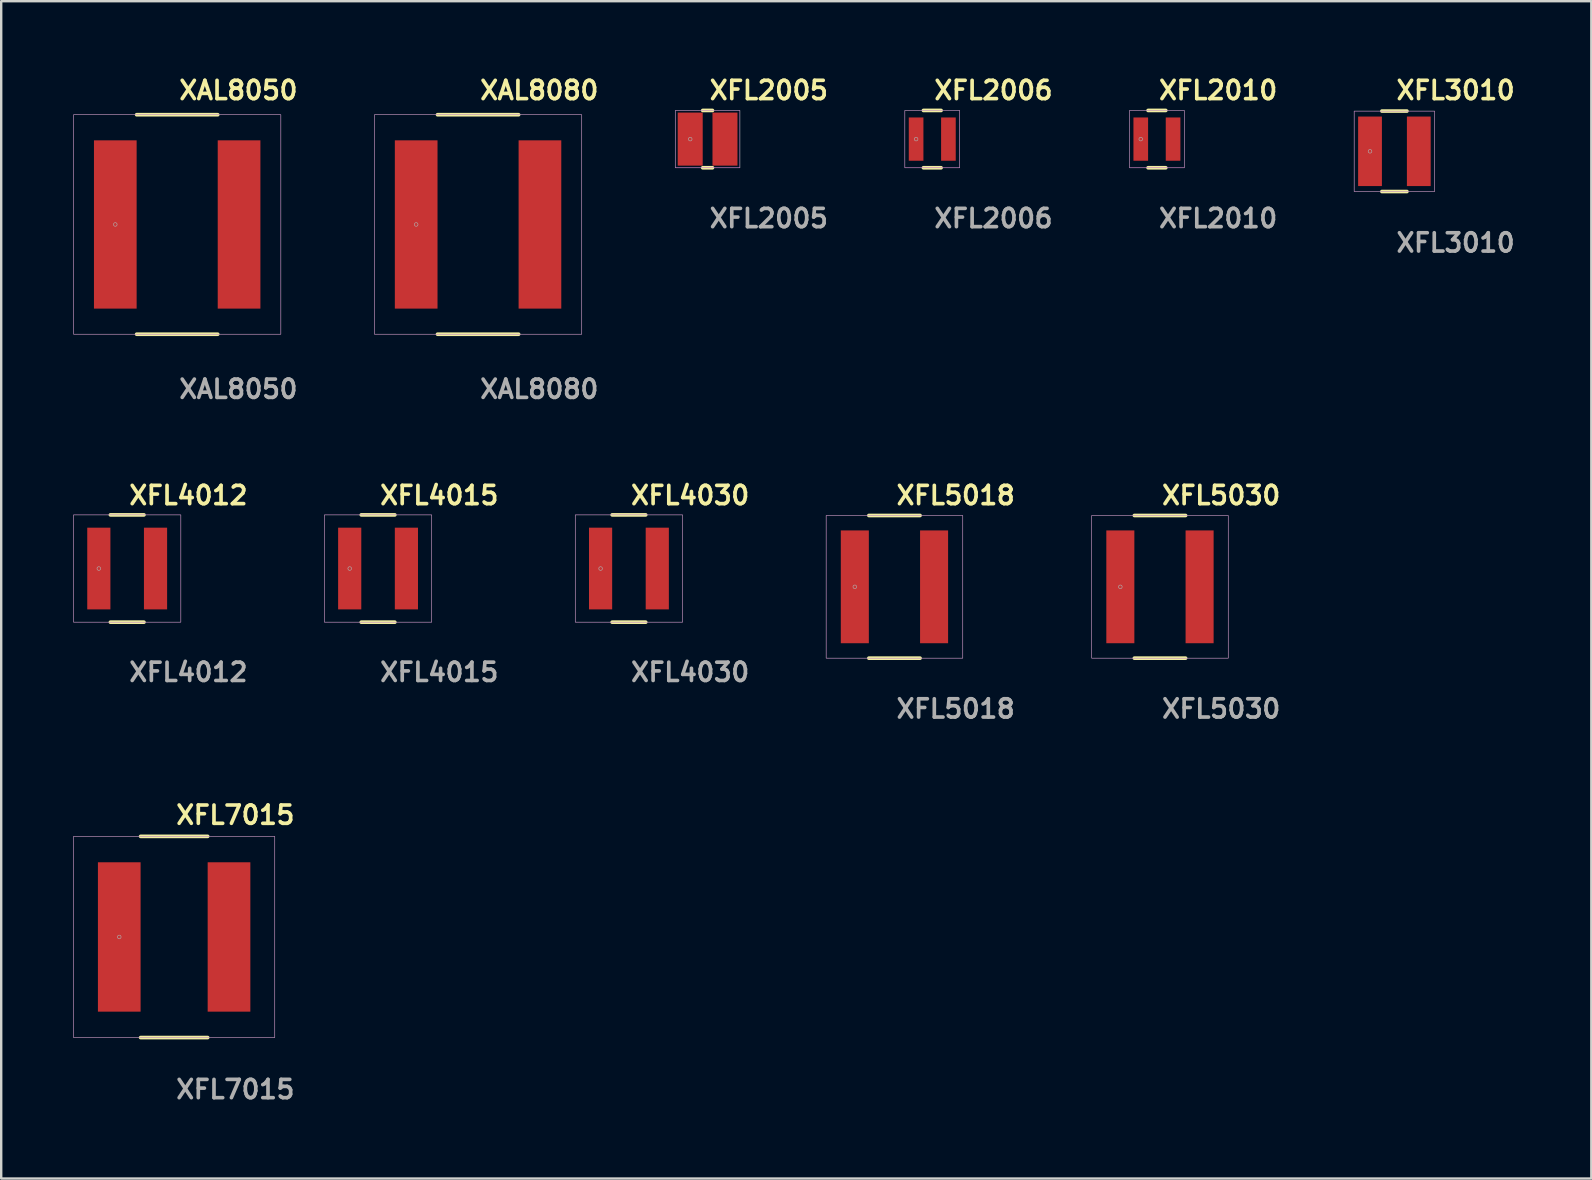
<source format=kicad_pcb>
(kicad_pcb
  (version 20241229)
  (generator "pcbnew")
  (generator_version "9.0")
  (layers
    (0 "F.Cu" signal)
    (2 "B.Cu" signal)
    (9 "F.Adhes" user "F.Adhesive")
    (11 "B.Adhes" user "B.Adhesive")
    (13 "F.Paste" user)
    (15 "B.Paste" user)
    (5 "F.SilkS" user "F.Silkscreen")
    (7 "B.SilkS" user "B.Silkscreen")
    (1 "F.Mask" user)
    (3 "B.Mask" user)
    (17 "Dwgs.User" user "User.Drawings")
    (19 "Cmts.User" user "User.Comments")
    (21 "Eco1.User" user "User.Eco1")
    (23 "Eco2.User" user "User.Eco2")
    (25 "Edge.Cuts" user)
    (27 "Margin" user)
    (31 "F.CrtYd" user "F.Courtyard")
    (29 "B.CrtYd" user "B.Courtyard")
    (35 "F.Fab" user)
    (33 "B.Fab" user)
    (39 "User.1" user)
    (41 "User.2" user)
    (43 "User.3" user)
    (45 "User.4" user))
  (footprint "XFL2010"
    (layer "F.Cu")
    (at 45.145 2.745)
    (property "Reference" "XFL2010" (at 0 -2.032 0) (unlocked yes) (layer "F.SilkS") (effects (font (size 0.762 0.762) (thickness 0.152)) (justify left)))
    (attr smd)
    (fp_line (start 0.368 -1.194) (end -0.368 -1.194) (stroke (width 0.152) (type solid)) (layer "F.SilkS"))
    (fp_line (start 0.368 1.194) (end -0.368 1.194) (stroke (width 0.152) (type solid)) (layer "F.SilkS"))
    (fp_rect (start -1.143 -1.194) (end 1.143 1.194) (stroke (width 0.006) (type default)) (fill no) (layer "F.CrtYd"))
    (fp_rect (start -1.143 -1.194) (end 1.143 1.194) (stroke (width 0.025) (type default)) (fill no) (layer "F.Fab"))
    (fp_circle (center -0.673 0) (end -0.597 0) (stroke (width 0.025) (type solid)) (fill no) (layer "F.Fab"))
    (fp_text user "${REFERENCE}" (at 0 3.302 0) (unlocked yes) (layer "F.Fab") (effects (font (size 0.762 0.762) (thickness 0.152)) (justify left)))
    (pad "1" smd rect (at -0.673 0) (size 0.61 1.803) (layers "F.Cu" "F.Mask" "F.Paste"))
    (pad "2" smd rect (at 0.673 0) (size 0.61 1.803) (layers "F.Cu" "F.Mask" "F.Paste")))
  (footprint "XFL5018"
    (layer "F.Cu")
    (at 34.211 21.396)
    (property "Reference" "XFL5018" (at 0 -3.81 0) (unlocked yes) (layer "F.SilkS") (effects (font (size 0.762 0.762) (thickness 0.152)) (justify left)))
    (attr smd)
    (fp_line (start 1.067 -2.972) (end -1.067 -2.972) (stroke (width 0.152) (type solid)) (layer "F.SilkS"))
    (fp_line (start 1.067 2.972) (end -1.067 2.972) (stroke (width 0.152) (type solid)) (layer "F.SilkS"))
    (fp_rect (start -2.845 -2.972) (end 2.845 2.972) (stroke (width 0.006) (type default)) (fill no) (layer "F.CrtYd"))
    (fp_rect (start -2.845 -2.972) (end 2.845 2.972) (stroke (width 0.025) (type default)) (fill no) (layer "F.Fab"))
    (fp_circle (center -1.651 0) (end -1.575 0) (stroke (width 0.025) (type solid)) (fill no) (layer "F.Fab"))
    (fp_text user "${REFERENCE}" (at 0 5.08 0) (unlocked yes) (layer "F.Fab") (effects (font (size 0.762 0.762) (thickness 0.152)) (justify left)))
    (pad "1" smd rect (at -1.651 0) (size 1.168 4.699) (layers "F.Cu" "F.Mask" "F.Paste"))
    (pad "2" smd rect (at 1.651 0) (size 1.168 4.699) (layers "F.Cu" "F.Mask" "F.Paste")))
  (footprint "XAL8050"
    (layer "F.Cu")
    (at 4.331 6.301)
    (property "Reference" "XAL8050" (at 0 -5.588 0) (unlocked yes) (layer "F.SilkS") (effects (font (size 0.762 0.762) (thickness 0.152)) (justify left)))
    (attr smd)
    (fp_line (start 1.689 -4.572) (end -1.689 -4.572) (stroke (width 0.152) (type solid)) (layer "F.SilkS"))
    (fp_line (start 1.689 4.572) (end -1.689 4.572) (stroke (width 0.152) (type solid)) (layer "F.SilkS"))
    (fp_rect (start -4.318 -4.572) (end 4.318 4.572) (stroke (width 0.006) (type default)) (fill no) (layer "F.CrtYd"))
    (fp_rect (start -4.318 -4.572) (end 4.318 4.572) (stroke (width 0.025) (type default)) (fill no) (layer "F.Fab"))
    (fp_circle (center -2.578 0) (end -2.502 0) (stroke (width 0.025) (type solid)) (fill no) (layer "F.Fab"))
    (fp_text user "${REFERENCE}" (at 0 6.858 0) (unlocked yes) (layer "F.Fab") (effects (font (size 0.762 0.762) (thickness 0.152)) (justify left)))
    (pad "1" smd rect (at -2.578 0) (size 1.778 7.01) (layers "F.Cu" "F.Mask" "F.Paste"))
    (pad "2" smd rect (at 2.578 0) (size 1.778 7.01) (layers "F.Cu" "F.Mask" "F.Paste")))
  (footprint "XFL7015"
    (layer "F.Cu")
    (at 4.204 35.982)
    (property "Reference" "XFL7015" (at 0 -5.08 0) (unlocked yes) (layer "F.SilkS") (effects (font (size 0.762 0.762) (thickness 0.152)) (justify left)))
    (attr smd)
    (fp_line (start 1.397 -4.191) (end -1.397 -4.191) (stroke (width 0.152) (type solid)) (layer "F.SilkS"))
    (fp_line (start 1.397 4.191) (end -1.397 4.191) (stroke (width 0.152) (type solid)) (layer "F.SilkS"))
    (fp_rect (start -4.191 -4.191) (end 4.191 4.191) (stroke (width 0.006) (type default)) (fill no) (layer "F.CrtYd"))
    (fp_rect (start -4.191 -4.191) (end 4.191 4.191) (stroke (width 0.025) (type default)) (fill no) (layer "F.Fab"))
    (fp_circle (center -2.286 0) (end -2.21 0) (stroke (width 0.025) (type solid)) (fill no) (layer "F.Fab"))
    (fp_text user "${REFERENCE}" (at 0 6.35 0) (unlocked yes) (layer "F.Fab") (effects (font (size 0.762 0.762) (thickness 0.152)) (justify left)))
    (pad "1" smd rect (at -2.286 0) (size 1.778 6.223) (layers "F.Cu" "F.Mask" "F.Paste"))
    (pad "2" smd rect (at 2.286 0) (size 1.778 6.223) (layers "F.Cu" "F.Mask" "F.Paste")))
  (footprint "XAL8080"
    (layer "F.Cu")
    (at 16.865 6.301)
    (property "Reference" "XAL8080" (at 0 -5.588 0) (unlocked yes) (layer "F.SilkS") (effects (font (size 0.762 0.762) (thickness 0.152)) (justify left)))
    (attr smd)
    (fp_line (start 1.689 -4.572) (end -1.689 -4.572) (stroke (width 0.152) (type solid)) (layer "F.SilkS"))
    (fp_line (start 1.689 4.572) (end -1.689 4.572) (stroke (width 0.152) (type solid)) (layer "F.SilkS"))
    (fp_rect (start -4.318 -4.572) (end 4.318 4.572) (stroke (width 0.006) (type default)) (fill no) (layer "F.CrtYd"))
    (fp_rect (start -4.318 -4.572) (end 4.318 4.572) (stroke (width 0.025) (type default)) (fill no) (layer "F.Fab"))
    (fp_circle (center -2.578 0) (end -2.502 0) (stroke (width 0.025) (type solid)) (fill no) (layer "F.Fab"))
    (fp_text user "${REFERENCE}" (at 0 6.858 0) (unlocked yes) (layer "F.Fab") (effects (font (size 0.762 0.762) (thickness 0.152)) (justify left)))
    (pad "1" smd rect (at -2.578 0) (size 1.778 7.01) (layers "F.Cu" "F.Mask" "F.Paste"))
    (pad "2" smd rect (at 2.578 0) (size 1.778 7.01) (layers "F.Cu" "F.Mask" "F.Paste")))
  (footprint "XFL2005"
    (layer "F.Cu")
    (at 26.427 2.745)
    (property "Reference" "XFL2005" (at 0 -2.032 0) (unlocked yes) (layer "F.SilkS") (effects (font (size 0.762 0.762) (thickness 0.152)) (justify left)))
    (attr smd)
    (fp_line (start 0.203 -1.194) (end -0.203 -1.194) (stroke (width 0.152) (type solid)) (layer "F.SilkS"))
    (fp_line (start 0.203 1.194) (end -0.203 1.194) (stroke (width 0.152) (type solid)) (layer "F.SilkS"))
    (fp_rect (start -1.346 -1.194) (end 1.346 1.194) (stroke (width 0.006) (type default)) (fill no) (layer "F.CrtYd"))
    (fp_rect (start -1.346 -1.194) (end 1.346 1.194) (stroke (width 0.025) (type default)) (fill no) (layer "F.Fab"))
    (fp_circle (center -0.724 0) (end -0.648 0) (stroke (width 0.025) (type solid)) (fill no) (layer "F.Fab"))
    (fp_text user "${REFERENCE}" (at 0 3.302 0) (unlocked yes) (layer "F.Fab") (effects (font (size 0.762 0.762) (thickness 0.152)) (justify left)))
    (pad "1" smd rect (at -0.724 0) (size 1.041 2.21) (layers "F.Cu" "F.Mask" "F.Paste"))
    (pad "2" smd rect (at 0.724 0) (size 1.041 2.21) (layers "F.Cu" "F.Mask" "F.Paste")))
  (footprint "XFL4015"
    (layer "F.Cu")
    (at 12.699 20.634)
    (property "Reference" "XFL4015" (at 0 -3.048 0) (unlocked yes) (layer "F.SilkS") (effects (font (size 0.762 0.762) (thickness 0.152)) (justify left)))
    (attr smd)
    (fp_line (start 0.699 -2.235) (end -0.699 -2.235) (stroke (width 0.152) (type solid)) (layer "F.SilkS"))
    (fp_line (start 0.699 2.235) (end -0.699 2.235) (stroke (width 0.152) (type solid)) (layer "F.SilkS"))
    (fp_rect (start -2.235 -2.235) (end 2.235 2.235) (stroke (width 0.006) (type default)) (fill no) (layer "F.CrtYd"))
    (fp_rect (start -2.235 -2.235) (end 2.235 2.235) (stroke (width 0.025) (type default)) (fill no) (layer "F.Fab"))
    (fp_circle (center -1.181 0) (end -1.105 0) (stroke (width 0.025) (type solid)) (fill no) (layer "F.Fab"))
    (fp_text user "${REFERENCE}" (at 0 4.318 0) (unlocked yes) (layer "F.Fab") (effects (font (size 0.762 0.762) (thickness 0.152)) (justify left)))
    (pad "1" smd rect (at -1.181 0) (size 0.965 3.404) (layers "F.Cu" "F.Mask" "F.Paste"))
    (pad "2" smd rect (at 1.181 0) (size 0.965 3.404) (layers "F.Cu" "F.Mask" "F.Paste")))
  (footprint "XFL4030"
    (layer "F.Cu")
    (at 23.15 20.634)
    (property "Reference" "XFL4030" (at 0 -3.048 0) (unlocked yes) (layer "F.SilkS") (effects (font (size 0.762 0.762) (thickness 0.152)) (justify left)))
    (attr smd)
    (fp_line (start 0.699 -2.235) (end -0.699 -2.235) (stroke (width 0.152) (type solid)) (layer "F.SilkS"))
    (fp_line (start 0.699 2.235) (end -0.699 2.235) (stroke (width 0.152) (type solid)) (layer "F.SilkS"))
    (fp_rect (start -2.235 -2.235) (end 2.235 2.235) (stroke (width 0.006) (type default)) (fill no) (layer "F.CrtYd"))
    (fp_rect (start -2.235 -2.235) (end 2.235 2.235) (stroke (width 0.025) (type default)) (fill no) (layer "F.Fab"))
    (fp_circle (center -1.181 0) (end -1.105 0) (stroke (width 0.025) (type solid)) (fill no) (layer "F.Fab"))
    (fp_text user "${REFERENCE}" (at 0 4.318 0) (unlocked yes) (layer "F.Fab") (effects (font (size 0.762 0.762) (thickness 0.152)) (justify left)))
    (pad "1" smd rect (at -1.181 0) (size 0.965 3.404) (layers "F.Cu" "F.Mask" "F.Paste"))
    (pad "2" smd rect (at 1.181 0) (size 0.965 3.404) (layers "F.Cu" "F.Mask" "F.Paste")))
  (footprint "XFL3010"
    (layer "F.Cu")
    (at 55.038 3.253)
    (property "Reference" "XFL3010" (at 0 -2.54 0) (unlocked yes) (layer "F.SilkS") (effects (font (size 0.762 0.762) (thickness 0.152)) (justify left)))
    (attr smd)
    (fp_line (start 0.521 -1.676) (end -0.521 -1.676) (stroke (width 0.152) (type solid)) (layer "F.SilkS"))
    (fp_line (start 0.521 1.676) (end -0.521 1.676) (stroke (width 0.152) (type solid)) (layer "F.SilkS"))
    (fp_rect (start -1.676 -1.676) (end 1.676 1.676) (stroke (width 0.006) (type default)) (fill no) (layer "F.CrtYd"))
    (fp_rect (start -1.676 -1.676) (end 1.676 1.676) (stroke (width 0.025) (type default)) (fill no) (layer "F.Fab"))
    (fp_circle (center -1.016 0) (end -0.94 0) (stroke (width 0.025) (type solid)) (fill no) (layer "F.Fab"))
    (fp_text user "${REFERENCE}" (at 0 3.81 0) (unlocked yes) (layer "F.Fab") (effects (font (size 0.762 0.762) (thickness 0.152)) (justify left)))
    (pad "1" smd rect (at -1.016 0) (size 0.991 2.896) (layers "F.Cu" "F.Mask" "F.Paste"))
    (pad "2" smd rect (at 1.016 0) (size 0.991 2.896) (layers "F.Cu" "F.Mask" "F.Paste")))
  (footprint "XFL4012"
    (layer "F.Cu")
    (at 2.248 20.634)
    (property "Reference" "XFL4012" (at 0 -3.048 0) (unlocked yes) (layer "F.SilkS") (effects (font (size 0.762 0.762) (thickness 0.152)) (justify left)))
    (attr smd)
    (fp_line (start 0.699 -2.235) (end -0.699 -2.235) (stroke (width 0.152) (type solid)) (layer "F.SilkS"))
    (fp_line (start 0.699 2.235) (end -0.699 2.235) (stroke (width 0.152) (type solid)) (layer "F.SilkS"))
    (fp_rect (start -2.235 -2.235) (end 2.235 2.235) (stroke (width 0.006) (type default)) (fill no) (layer "F.CrtYd"))
    (fp_rect (start -2.235 -2.235) (end 2.235 2.235) (stroke (width 0.025) (type default)) (fill no) (layer "F.Fab"))
    (fp_circle (center -1.181 0) (end -1.105 0) (stroke (width 0.025) (type solid)) (fill no) (layer "F.Fab"))
    (fp_text user "${REFERENCE}" (at 0 4.318 0) (unlocked yes) (layer "F.Fab") (effects (font (size 0.762 0.762) (thickness 0.152)) (justify left)))
    (pad "1" smd rect (at -1.181 0) (size 0.965 3.404) (layers "F.Cu" "F.Mask" "F.Paste"))
    (pad "2" smd rect (at 1.181 0) (size 0.965 3.404) (layers "F.Cu" "F.Mask" "F.Paste")))
  (footprint "XFL5030"
    (layer "F.Cu")
    (at 45.272 21.396)
    (property "Reference" "XFL5030" (at 0 -3.81 0) (unlocked yes) (layer "F.SilkS") (effects (font (size 0.762 0.762) (thickness 0.152)) (justify left)))
    (attr smd)
    (fp_line (start 1.067 -2.972) (end -1.067 -2.972) (stroke (width 0.152) (type solid)) (layer "F.SilkS"))
    (fp_line (start 1.067 2.972) (end -1.067 2.972) (stroke (width 0.152) (type solid)) (layer "F.SilkS"))
    (fp_rect (start -2.845 -2.972) (end 2.845 2.972) (stroke (width 0.006) (type default)) (fill no) (layer "F.CrtYd"))
    (fp_rect (start -2.845 -2.972) (end 2.845 2.972) (stroke (width 0.025) (type default)) (fill no) (layer "F.Fab"))
    (fp_circle (center -1.651 0) (end -1.575 0) (stroke (width 0.025) (type solid)) (fill no) (layer "F.Fab"))
    (fp_text user "${REFERENCE}" (at 0 5.08 0) (unlocked yes) (layer "F.Fab") (effects (font (size 0.762 0.762) (thickness 0.152)) (justify left)))
    (pad "1" smd rect (at -1.651 0) (size 1.168 4.699) (layers "F.Cu" "F.Mask" "F.Paste"))
    (pad "2" smd rect (at 1.651 0) (size 1.168 4.699) (layers "F.Cu" "F.Mask" "F.Paste")))
  (footprint "XFL2006"
    (layer "F.Cu")
    (at 35.786 2.745)
    (property "Reference" "XFL2006" (at 0 -2.032 0) (unlocked yes) (layer "F.SilkS") (effects (font (size 0.762 0.762) (thickness 0.152)) (justify left)))
    (fp_line (start 0.368 -1.194) (end -0.368 -1.194) (stroke (width 0.152) (type solid)) (layer "F.SilkS"))
    (fp_line (start 0.368 1.194) (end -0.368 1.194) (stroke (width 0.152) (type solid)) (layer "F.SilkS"))
    (fp_rect (start -1.143 -1.194) (end 1.143 1.194) (stroke (width 0.006) (type solid)) (fill no) (layer "F.CrtYd"))
    (fp_rect (start -1.143 -1.194) (end 1.143 1.194) (stroke (width 0.025) (type default)) (fill no) (layer "F.Fab"))
    (fp_circle (center -0.673 0) (end -0.597 0) (stroke (width 0.025) (type solid)) (fill no) (layer "F.Fab"))
    (fp_text user "${REFERENCE}" (at 0 3.302 0) (unlocked yes) (layer "F.Fab") (effects (font (size 0.762 0.762) (thickness 0.152)) (justify left)))
    (pad "1" smd rect (at -0.673 0) (size 0.61 1.803) (layers "F.Cu" "F.Mask" "F.Paste"))
    (pad "2" smd rect (at 0.673 0) (size 0.61 1.803) (layers "F.Cu" "F.Mask" "F.Paste")))
  (gr_rect
    (start -3 -3)
    (end 63.241 46.045)
    (stroke (width 0.1) (type default))
    (fill no)
    (layer "Edge.Cuts")))
</source>
